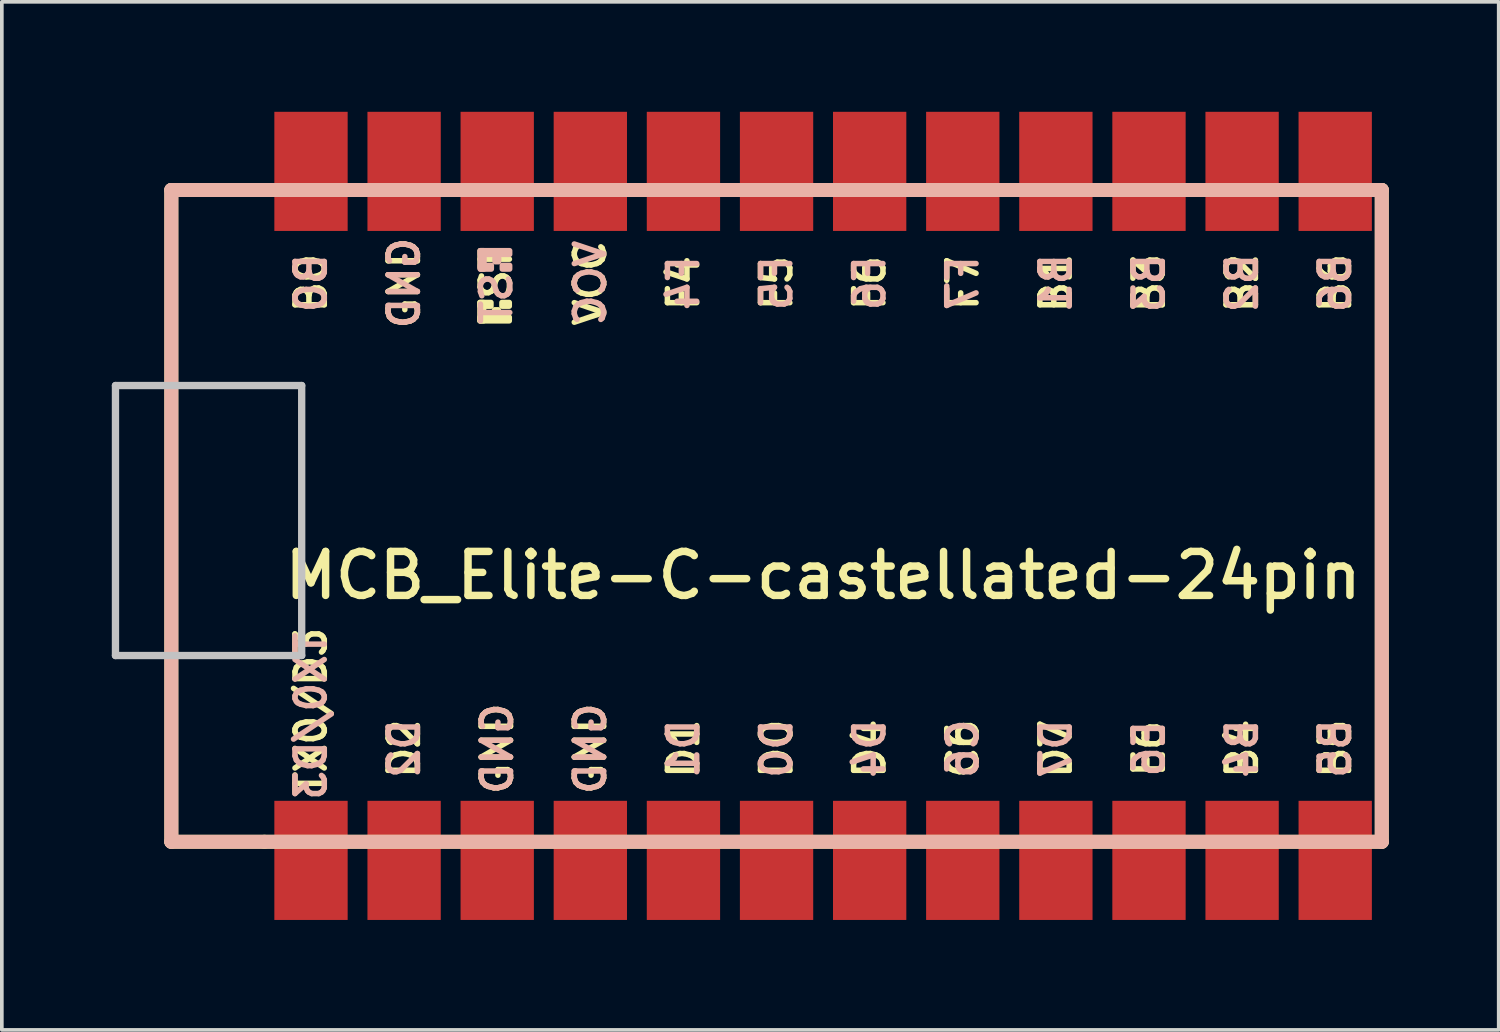
<source format=kicad_pcb>
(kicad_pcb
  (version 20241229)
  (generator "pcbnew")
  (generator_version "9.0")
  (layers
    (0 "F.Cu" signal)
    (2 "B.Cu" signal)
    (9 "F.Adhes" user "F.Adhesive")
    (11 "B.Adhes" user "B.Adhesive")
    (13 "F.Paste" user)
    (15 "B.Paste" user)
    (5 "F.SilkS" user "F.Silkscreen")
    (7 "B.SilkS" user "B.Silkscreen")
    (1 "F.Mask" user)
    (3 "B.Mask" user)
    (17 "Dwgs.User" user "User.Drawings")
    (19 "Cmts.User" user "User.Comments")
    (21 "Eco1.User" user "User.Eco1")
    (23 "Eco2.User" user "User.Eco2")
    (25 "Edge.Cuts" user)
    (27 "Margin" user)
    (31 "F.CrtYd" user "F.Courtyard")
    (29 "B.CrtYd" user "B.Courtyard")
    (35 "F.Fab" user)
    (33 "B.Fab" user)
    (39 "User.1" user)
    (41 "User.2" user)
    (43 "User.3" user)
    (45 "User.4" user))
  (footprint "MCB_Elite-C-castellated-24pin"
    (layer "F.Cu")
    (at 19.404 11.023)
    (property "Reference" "MCB_Elite-C-castellated-24pin" (at 0 1.625 0) (layer "F.SilkS") (effects (font (size 1.2 1.2) (thickness 0.203))))
    (attr through_hole)
    (fp_line (start -17.78 -8.89) (end -17.78 8.89) (stroke (width 0.381) (type solid)) (layer "F.SilkS"))
    (fp_line (start -17.78 8.89) (end -15.24 8.89) (stroke (width 0.381) (type solid)) (layer "F.SilkS"))
    (fp_line (start -15.24 -8.89) (end -17.78 -8.89) (stroke (width 0.381) (type solid)) (layer "F.SilkS"))
    (fp_line (start -15.24 8.89) (end 15.24 8.89) (stroke (width 0.381) (type solid)) (layer "F.SilkS"))
    (fp_line (start 15.24 -8.89) (end -15.24 -8.89) (stroke (width 0.381) (type solid)) (layer "F.SilkS"))
    (fp_line (start 15.24 8.89) (end 15.24 -8.89) (stroke (width 0.381) (type solid)) (layer "F.SilkS"))
    (fp_poly (pts (xy -9.361 -5.821) (xy -9.261 -5.821) (xy -9.261 -5.321) (xy -9.361 -5.321)) (stroke (width 0.15) (type solid)) (fill yes) (layer "F.SilkS"))
    (fp_poly (pts (xy -9.361 -5.821) (xy -9.061 -5.821) (xy -9.061 -5.721) (xy -9.361 -5.721)) (stroke (width 0.15) (type solid)) (fill yes) (layer "F.SilkS"))
    (fp_poly (pts (xy -9.361 -5.421) (xy -8.561 -5.421) (xy -8.561 -5.321) (xy -9.361 -5.321)) (stroke (width 0.15) (type solid)) (fill yes) (layer "F.SilkS"))
    (fp_poly (pts (xy -8.961 -5.621) (xy -8.861 -5.621) (xy -8.861 -5.521) (xy -8.961 -5.521)) (stroke (width 0.15) (type solid)) (fill yes) (layer "F.SilkS"))
    (fp_poly (pts (xy -8.761 -5.821) (xy -8.561 -5.821) (xy -8.561 -5.721) (xy -8.761 -5.721)) (stroke (width 0.15) (type solid)) (fill yes) (layer "F.SilkS"))
    (fp_line (start -17.78 -8.89) (end -17.78 8.89) (stroke (width 0.381) (type solid)) (layer "B.SilkS"))
    (fp_line (start -17.78 8.89) (end 15.24 8.89) (stroke (width 0.381) (type solid)) (layer "B.SilkS"))
    (fp_line (start 15.24 -8.89) (end -17.78 -8.89) (stroke (width 0.381) (type solid)) (layer "B.SilkS"))
    (fp_line (start 15.24 8.89) (end 15.24 -8.89) (stroke (width 0.381) (type solid)) (layer "B.SilkS"))
    (fp_poly (pts (xy -9.351 -7.134) (xy -8.551 -7.134) (xy -8.551 -7.234) (xy -9.351 -7.234)) (stroke (width 0.15) (type solid)) (fill yes) (layer "B.SilkS"))
    (fp_poly (pts (xy -9.351 -6.734) (xy -9.251 -6.734) (xy -9.251 -7.234) (xy -9.351 -7.234)) (stroke (width 0.15) (type solid)) (fill yes) (layer "B.SilkS"))
    (fp_poly (pts (xy -9.351 -6.734) (xy -9.051 -6.734) (xy -9.051 -6.834) (xy -9.351 -6.834)) (stroke (width 0.15) (type solid)) (fill yes) (layer "B.SilkS"))
    (fp_poly (pts (xy -8.951 -6.934) (xy -8.851 -6.934) (xy -8.851 -7.034) (xy -8.951 -7.034)) (stroke (width 0.15) (type solid)) (fill yes) (layer "B.SilkS"))
    (fp_poly (pts (xy -8.751 -6.734) (xy -8.551 -6.734) (xy -8.551 -6.834) (xy -8.751 -6.834)) (stroke (width 0.15) (type solid)) (fill yes) (layer "B.SilkS"))
    (fp_line (start -19.304 -3.556) (end -14.224 -3.556) (stroke (width 0.2) (type solid)) (layer "Dwgs.User"))
    (fp_line (start -19.304 3.81) (end -19.304 -3.556) (stroke (width 0.2) (type solid)) (layer "Dwgs.User"))
    (fp_line (start -14.224 -3.556) (end -14.224 3.81) (stroke (width 0.2) (type solid)) (layer "Dwgs.User"))
    (fp_line (start -14.224 3.81) (end -19.304 3.81) (stroke (width 0.2) (type solid)) (layer "Dwgs.User"))
    (fp_text user "D4" (at 1.27 6.35 90) (layer "F.SilkS") (effects (font (size 0.8 0.8) (thickness 0.15))))
    (fp_text user "F5" (at -1.27 -6.35 90) (layer "F.SilkS") (effects (font (size 0.8 0.8) (thickness 0.15))))
    (fp_text user "B1" (at 6.35 -6.35 90) (layer "F.SilkS") (effects (font (size 0.8 0.8) (thickness 0.15))))
    (fp_text user "ST" (at -8.92 -6.622 90) (layer "F.SilkS") (effects (font (size 0.8 0.8) (thickness 0.15))))
    (fp_text user "B5" (at 13.97 6.35 90) (layer "F.SilkS") (effects (font (size 0.8 0.8) (thickness 0.15))))
    (fp_text user "C6" (at 3.81 6.35 90) (layer "F.SilkS") (effects (font (size 0.8 0.8) (thickness 0.15))))
    (fp_text user "B4" (at 11.43 6.35 90) (layer "F.SilkS") (effects (font (size 0.8 0.8) (thickness 0.15))))
    (fp_text user "B0" (at -13.97 -6.35 90) (layer "F.SilkS") (effects (font (size 0.8 0.8) (thickness 0.15))))
    (fp_text user "F7" (at 3.81 -6.35 90) (layer "F.SilkS") (effects (font (size 0.8 0.8) (thickness 0.15))))
    (fp_text user "D2" (at -11.43 6.35 90) (layer "F.SilkS") (effects (font (size 0.8 0.8) (thickness 0.15))))
    (fp_text user "GND" (at -11.43 -6.35 90) (layer "F.SilkS") (effects (font (size 0.8 0.8) (thickness 0.15))))
    (fp_text user "D0" (at -1.27 6.35 90) (layer "F.SilkS") (effects (font (size 0.8 0.8) (thickness 0.15))))
    (fp_text user "GND" (at -6.35 6.35 90) (layer "F.SilkS") (effects (font (size 0.8 0.8) (thickness 0.15))))
    (fp_text user "F4" (at -3.81 -6.35 90) (layer "F.SilkS") (effects (font (size 0.8 0.8) (thickness 0.15))))
    (fp_text user "F6" (at 1.27 -6.35 90) (layer "F.SilkS") (effects (font (size 0.8 0.8) (thickness 0.15))))
    (fp_text user "VCC" (at -6.35 -6.35 90) (layer "F.SilkS") (effects (font (size 0.8 0.8) (thickness 0.15))))
    (fp_text user "E6" (at 8.89 6.35 90) (layer "F.SilkS") (effects (font (size 0.8 0.8) (thickness 0.15))))
    (fp_text user "B6" (at 13.97 -6.35 90) (layer "F.SilkS") (effects (font (size 0.8 0.8) (thickness 0.15))))
    (fp_text user "D1" (at -3.81 6.35 90) (layer "F.SilkS") (effects (font (size 0.8 0.8) (thickness 0.15))))
    (fp_text user "B2" (at 11.43 -6.35 90) (layer "F.SilkS") (effects (font (size 0.8 0.8) (thickness 0.15))))
    (fp_text user "GND" (at -8.89 6.35 90) (layer "F.SilkS") (effects (font (size 0.8 0.8) (thickness 0.15))))
    (fp_text user "D7" (at 6.35 6.35 90) (layer "F.SilkS") (effects (font (size 0.8 0.8) (thickness 0.15))))
    (fp_text user "B3" (at 8.89 -6.35 90) (layer "F.SilkS") (effects (font (size 0.8 0.8) (thickness 0.15))))
    (fp_text user "TX0/D3" (at -13.97 5.334 90) (layer "F.SilkS") (effects (font (size 0.8 0.8) (thickness 0.15))))
    (fp_text user "D7" (at 6.35 6.35 90) (layer "B.SilkS") (effects (font (size 0.8 0.8) (thickness 0.15)) (justify mirror)))
    (fp_text user "E6" (at 8.89 6.35 90) (layer "B.SilkS") (effects (font (size 0.8 0.8) (thickness 0.15)) (justify mirror)))
    (fp_text user "B4" (at 11.43 6.35 90) (layer "B.SilkS") (effects (font (size 0.8 0.8) (thickness 0.15)) (justify mirror)))
    (fp_text user "F6" (at 1.27 -6.35 90) (layer "B.SilkS") (effects (font (size 0.8 0.8) (thickness 0.15)) (justify mirror)))
    (fp_text user "B6" (at 13.97 -6.35 90) (layer "B.SilkS") (effects (font (size 0.8 0.8) (thickness 0.15)) (justify mirror)))
    (fp_text user "D4" (at 1.27 6.35 90) (layer "B.SilkS") (effects (font (size 0.8 0.8) (thickness 0.15)) (justify mirror)))
    (fp_text user "D2" (at -11.43 6.35 90) (layer "B.SilkS") (effects (font (size 0.8 0.8) (thickness 0.15)) (justify mirror)))
    (fp_text user "B5" (at 13.97 6.35 90) (layer "B.SilkS") (effects (font (size 0.8 0.8) (thickness 0.15)) (justify mirror)))
    (fp_text user "B0" (at -13.97 -6.35 90) (layer "B.SilkS") (effects (font (size 0.8 0.8) (thickness 0.15)) (justify mirror)))
    (fp_text user "GND" (at -8.89 6.35 90) (layer "B.SilkS") (effects (font (size 0.8 0.8) (thickness 0.15)) (justify mirror)))
    (fp_text user "F5" (at -1.27 -6.35 90) (layer "B.SilkS") (effects (font (size 0.8 0.8) (thickness 0.15)) (justify mirror)))
    (fp_text user "B3" (at 8.89 -6.35 90) (layer "B.SilkS") (effects (font (size 0.8 0.8) (thickness 0.15)) (justify mirror)))
    (fp_text user "GND" (at -11.43 -6.35 90) (layer "B.SilkS") (effects (font (size 0.8 0.8) (thickness 0.15)) (justify mirror)))
    (fp_text user "B2" (at 11.43 -6.35 90) (layer "B.SilkS") (effects (font (size 0.8 0.8) (thickness 0.15)) (justify mirror)))
    (fp_text user "F4" (at -3.81 -6.35 90) (layer "B.SilkS") (effects (font (size 0.8 0.8) (thickness 0.15)) (justify mirror)))
    (fp_text user "D0" (at -1.27 6.35 90) (layer "B.SilkS") (effects (font (size 0.8 0.8) (thickness 0.15)) (justify mirror)))
    (fp_text user "TX0/D3" (at -13.97 5.461 90) (layer "B.SilkS") (effects (font (size 0.8 0.8) (thickness 0.15)) (justify mirror)))
    (fp_text user "F7" (at 3.81 -6.35 90) (layer "B.SilkS") (effects (font (size 0.8 0.8) (thickness 0.15)) (justify mirror)))
    (fp_text user "ST" (at -8.91 -5.929 90) (layer "B.SilkS") (effects (font (size 0.8 0.8) (thickness 0.15)) (justify mirror)))
    (fp_text user "C6" (at 3.81 6.35 90) (layer "B.SilkS") (effects (font (size 0.8 0.8) (thickness 0.15)) (justify mirror)))
    (fp_text user "B1" (at 6.35 -6.35 90) (layer "B.SilkS") (effects (font (size 0.8 0.8) (thickness 0.15)) (justify mirror)))
    (fp_text user "VCC" (at -6.35 -6.35 90) (layer "B.SilkS") (effects (font (size 0.8 0.8) (thickness 0.15)) (justify mirror)))
    (fp_text user "GND" (at -6.35 6.35 90) (layer "B.SilkS") (effects (font (size 0.8 0.8) (thickness 0.15)) (justify mirror)))
    (fp_text user "D1" (at -3.81 6.35 90) (layer "B.SilkS") (effects (font (size 0.8 0.8) (thickness 0.15)) (justify mirror)))
    (pad "1" smd rect (at -13.97 9.398) (size 2 3.25) (layers "F.Cu" "F.Mask" "F.Paste"))
    (pad "2" smd rect (at -11.43 9.398) (size 2 3.25) (layers "F.Cu" "F.Mask" "F.Paste"))
    (pad "3" smd rect (at -8.89 9.398) (size 2 3.25) (layers "F.Cu" "F.Mask" "F.Paste"))
    (pad "4" smd rect (at -6.35 9.398) (size 2 3.25) (layers "F.Cu" "F.Mask" "F.Paste"))
    (pad "5" smd rect (at -3.81 9.398) (size 2 3.25) (layers "F.Cu" "F.Mask" "F.Paste"))
    (pad "6" smd rect (at -1.27 9.398) (size 2 3.25) (layers "F.Cu" "F.Mask" "F.Paste"))
    (pad "7" smd rect (at 1.27 9.398) (size 2 3.25) (layers "F.Cu" "F.Mask" "F.Paste"))
    (pad "8" smd rect (at 3.81 9.398) (size 2 3.25) (layers "F.Cu" "F.Mask" "F.Paste"))
    (pad "9" smd rect (at 6.35 9.398) (size 2 3.25) (layers "F.Cu" "F.Mask" "F.Paste"))
    (pad "10" smd rect (at 8.89 9.398) (size 2 3.25) (layers "F.Cu" "F.Mask" "F.Paste"))
    (pad "11" smd rect (at 11.43 9.398) (size 2 3.25) (layers "F.Cu" "F.Mask" "F.Paste"))
    (pad "12" smd rect (at 13.97 9.398) (size 2 3.25) (layers "F.Cu" "F.Mask" "F.Paste"))
    (pad "13" smd rect (at 13.97 -9.398) (size 2 3.25) (layers "F.Cu" "F.Mask" "F.Paste"))
    (pad "14" smd rect (at 11.43 -9.398) (size 2 3.25) (layers "F.Cu" "F.Mask" "F.Paste"))
    (pad "15" smd rect (at 8.89 -9.398) (size 2 3.25) (layers "F.Cu" "F.Mask" "F.Paste"))
    (pad "16" smd rect (at 6.35 -9.398) (size 2 3.25) (layers "F.Cu" "F.Mask" "F.Paste"))
    (pad "17" smd rect (at 3.81 -9.398) (size 2 3.25) (layers "F.Cu" "F.Mask" "F.Paste"))
    (pad "18" smd rect (at 1.27 -9.398) (size 2 3.25) (layers "F.Cu" "F.Mask" "F.Paste"))
    (pad "19" smd rect (at -1.27 -9.398) (size 2 3.25) (layers "F.Cu" "F.Mask" "F.Paste"))
    (pad "20" smd rect (at -3.81 -9.398) (size 2 3.25) (layers "F.Cu" "F.Mask" "F.Paste"))
    (pad "21" smd rect (at -6.35 -9.398) (size 2 3.25) (layers "F.Cu" "F.Mask" "F.Paste"))
    (pad "22" smd rect (at -8.89 -9.398) (size 2 3.25) (layers "F.Cu" "F.Mask" "F.Paste"))
    (pad "23" smd rect (at -11.43 -9.398) (size 2 3.25) (layers "F.Cu" "F.Mask" "F.Paste"))
    (pad "24" smd rect (at -13.97 -9.398) (size 2 3.25) (layers "F.Cu" "F.Mask" "F.Paste")))
  (gr_rect
    (start -3 -3)
    (end 37.834 25.046)
    (stroke (width 0.1) (type default))
    (fill no)
    (layer "Edge.Cuts")))
</source>
